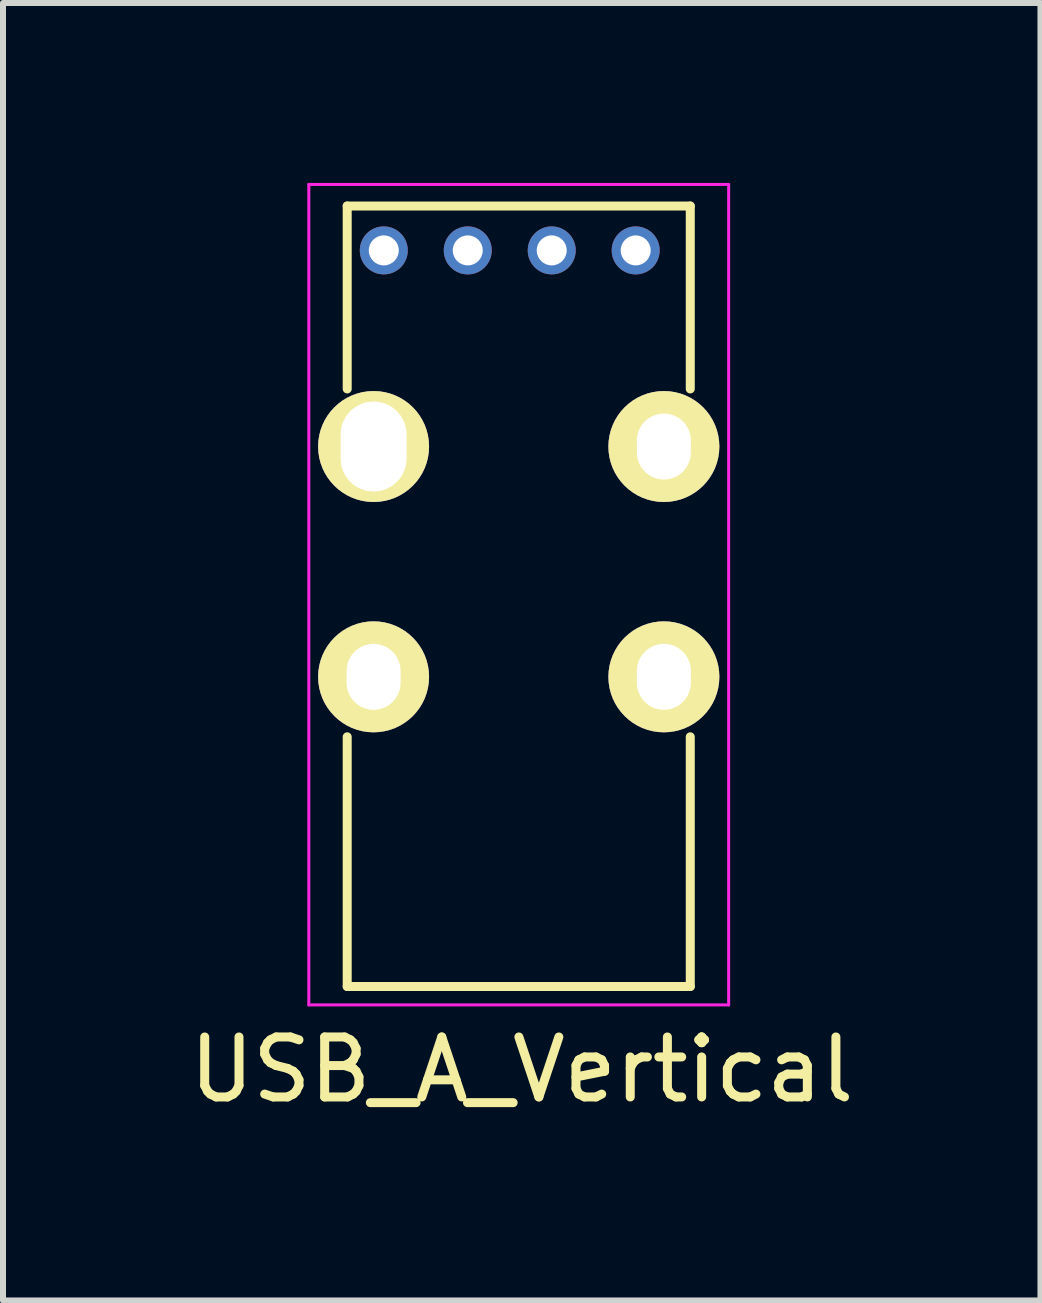
<source format=kicad_pcb>
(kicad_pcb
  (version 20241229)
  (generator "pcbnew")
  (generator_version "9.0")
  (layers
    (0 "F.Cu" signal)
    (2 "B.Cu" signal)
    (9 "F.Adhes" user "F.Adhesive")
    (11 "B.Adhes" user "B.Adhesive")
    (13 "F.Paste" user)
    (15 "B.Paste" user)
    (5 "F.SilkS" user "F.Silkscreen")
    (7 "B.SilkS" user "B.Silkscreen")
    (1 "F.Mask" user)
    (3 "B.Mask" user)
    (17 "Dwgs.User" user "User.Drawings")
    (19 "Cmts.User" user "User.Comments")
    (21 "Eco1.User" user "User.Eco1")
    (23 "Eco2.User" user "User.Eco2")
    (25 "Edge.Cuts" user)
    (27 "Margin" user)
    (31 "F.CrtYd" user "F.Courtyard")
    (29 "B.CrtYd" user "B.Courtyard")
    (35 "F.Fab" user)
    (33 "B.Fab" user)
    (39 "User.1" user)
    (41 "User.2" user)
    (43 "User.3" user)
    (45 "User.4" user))
  (footprint "USB_A_Vertical"
    (layer "F.Cu")
    (at 5.449 8.235)
    (property "Reference" "USB_A_Vertical" (at 0.2 6.55 0) (layer "F.SilkS") (effects (font (size 1 1) (thickness 0.15))))
    (attr through_hole)
    (fp_line (start -2.71 -7.85) (end -2.71 -4.8) (stroke (width 0.15) (type solid)) (layer "F.SilkS"))
    (fp_line (start -2.71 -7.85) (end 3.01 -7.85) (stroke (width 0.15) (type solid)) (layer "F.SilkS"))
    (fp_line (start -2.71 1) (end -2.71 5.163) (stroke (width 0.15) (type solid)) (layer "F.SilkS"))
    (fp_line (start -2.71 5.163) (end 3.01 5.163) (stroke (width 0.15) (type solid)) (layer "F.SilkS"))
    (fp_line (start 3.01 -7.85) (end 3.01 -4.8) (stroke (width 0.15) (type solid)) (layer "F.SilkS"))
    (fp_line (start 3.01 1) (end 3.01 5.163) (stroke (width 0.15) (type solid)) (layer "F.SilkS"))
    (fp_line (start -3.35 5.47) (end -3.35 -8.21) (stroke (width 0.05) (type solid)) (layer "F.CrtYd"))
    (fp_line (start -3.35 5.47) (end 3.65 5.47) (stroke (width 0.05) (type solid)) (layer "F.CrtYd"))
    (fp_line (start 3.65 -8.21) (end -3.35 -8.21) (stroke (width 0.05) (type solid)) (layer "F.CrtYd"))
    (fp_line (start 3.65 -8.21) (end 3.65 5.47) (stroke (width 0.05) (type solid)) (layer "F.CrtYd"))
    (pad "1" thru_hole circle (at 2.1 -7.11) (size 0.8 0.8) (drill 0.5) (layers "*.Cu" "*.Mask"))
    (pad "2" thru_hole circle (at 0.7 -7.11) (size 0.8 0.8) (drill 0.5) (layers "*.Cu" "*.Mask"))
    (pad "3" thru_hole circle (at -0.7 -7.11) (size 0.8 0.8) (drill 0.5) (layers "*.Cu" "*.Mask"))
    (pad "4" thru_hole circle (at -2.1 -7.11) (size 0.8 0.8) (drill 0.5) (layers "*.Cu" "*.Mask"))
    (pad "5" thru_hole oval (at -2.27 -3.84) (size 1.85 1.85) (drill oval 1.1 1.5) (layers "*.Cu" "*.Mask" "F.SilkS"))
    (pad "5" thru_hole oval (at -2.27 0) (size 1.85 1.85) (drill oval 0.9 1.1) (layers "*.Cu" "*.Mask" "F.SilkS"))
    (pad "5" thru_hole oval (at 2.57 -3.84) (size 1.85 1.85) (drill oval 0.9 1.1) (layers "*.Cu" "*.Mask" "F.SilkS"))
    (pad "5" thru_hole oval (at 2.57 0) (size 1.85 1.85) (drill oval 0.9 1.1) (layers "*.Cu" "*.Mask" "F.SilkS")))
  (gr_rect
    (start -3 -3)
    (end 14.298 18.633)
    (stroke (width 0.1) (type default))
    (fill no)
    (layer "Edge.Cuts")))
</source>
